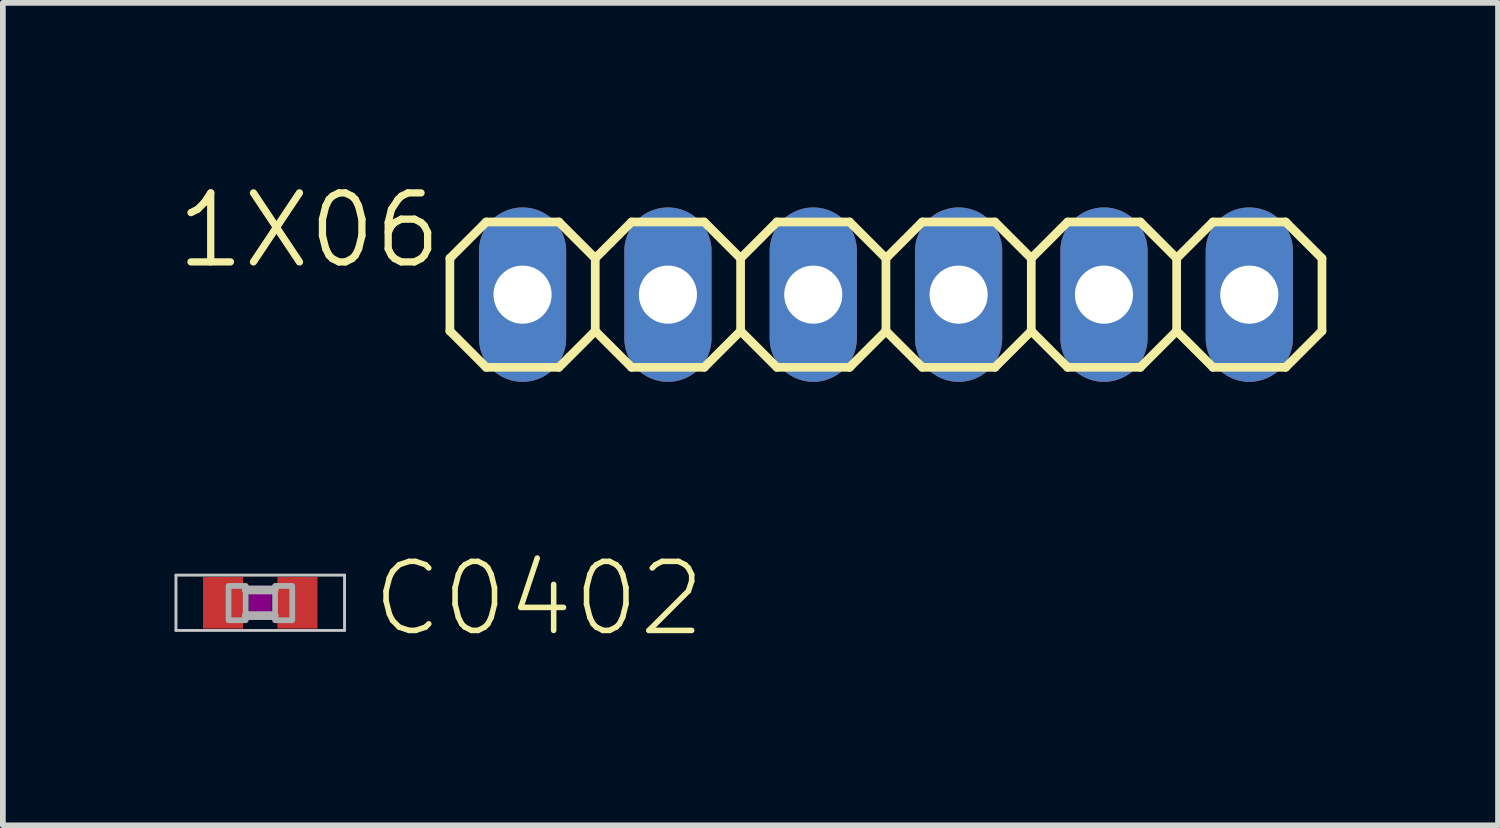
<source format=kicad_pcb>
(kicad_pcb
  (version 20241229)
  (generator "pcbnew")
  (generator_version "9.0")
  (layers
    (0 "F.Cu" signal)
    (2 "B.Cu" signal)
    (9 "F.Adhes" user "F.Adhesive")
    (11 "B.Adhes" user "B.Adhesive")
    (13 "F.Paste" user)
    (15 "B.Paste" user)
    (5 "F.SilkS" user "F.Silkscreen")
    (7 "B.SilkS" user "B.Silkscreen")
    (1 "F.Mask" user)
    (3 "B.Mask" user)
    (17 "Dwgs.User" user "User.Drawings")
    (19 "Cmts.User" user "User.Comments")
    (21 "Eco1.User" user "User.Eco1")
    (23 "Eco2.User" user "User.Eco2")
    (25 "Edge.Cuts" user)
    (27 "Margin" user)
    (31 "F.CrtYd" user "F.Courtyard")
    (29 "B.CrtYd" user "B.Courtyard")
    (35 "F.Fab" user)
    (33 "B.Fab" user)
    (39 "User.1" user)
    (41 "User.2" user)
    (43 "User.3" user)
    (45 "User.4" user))
  (footprint "C0402"
    (layer "F.Cu")
    (at 1.498 7.484)
    (property "Reference" "C0402" (at 1.905 0.635 0) (layer "F.SilkS") (effects (font (size 1.206 1.206) (thickness 0.097)) (justify left bottom)))
    (attr through_hole)
    (fp_poly (pts (xy -0.2 0.3) (xy 0.2 0.3) (xy 0.2 -0.3) (xy -0.2 -0.3)) (stroke (width 0) (type solid)) (fill yes) (layer "F.Adhes"))
    (fp_line (start -1.473 -0.483) (end 1.473 -0.483) (stroke (width 0.051) (type solid)) (layer "Dwgs.User"))
    (fp_line (start -1.473 0.483) (end -1.473 -0.483) (stroke (width 0.051) (type solid)) (layer "Dwgs.User"))
    (fp_line (start 1.473 -0.483) (end 1.473 0.483) (stroke (width 0.051) (type solid)) (layer "Dwgs.User"))
    (fp_line (start 1.473 0.483) (end -1.473 0.483) (stroke (width 0.051) (type solid)) (layer "Dwgs.User"))
    (fp_line (start -0.245 -0.224) (end 0.245 -0.224) (stroke (width 0.152) (type solid)) (layer "F.Fab"))
    (fp_line (start 0.245 0.224) (end -0.245 0.224) (stroke (width 0.152) (type solid)) (layer "F.Fab"))
    (fp_poly (pts (xy -0.554 0.305) (xy -0.254 0.305) (xy -0.254 -0.295) (xy -0.554 -0.295)) (stroke (width 0.1) (type solid)) (fill no) (layer "F.Fab"))
    (fp_poly (pts (xy 0.259 0.305) (xy 0.559 0.305) (xy 0.559 -0.295) (xy 0.259 -0.295)) (stroke (width 0.1) (type solid)) (fill no) (layer "F.Fab"))
    (pad "1" smd rect (at -0.65 0) (size 0.7 0.9) (layers "F.Cu" "F.Mask" "F.Paste"))
    (pad "2" smd rect (at 0.65 0) (size 0.7 0.9) (layers "F.Cu" "F.Mask" "F.Paste")))
  (footprint "1X06"
    (layer "F.Cu")
    (at 12.432 2.099)
    (property "Reference" "1X06" (at -7.696 -1.829 0) (layer "F.SilkS") (effects (font (size 1.206 1.206) (thickness 0.127)) (justify right top)))
    (attr through_hole)
    (fp_line (start -7.62 -0.635) (end -7.62 0.635) (stroke (width 0.152) (type solid)) (layer "F.SilkS"))
    (fp_line (start -7.62 0.635) (end -6.985 1.27) (stroke (width 0.152) (type solid)) (layer "F.SilkS"))
    (fp_line (start -6.985 -1.27) (end -7.62 -0.635) (stroke (width 0.152) (type solid)) (layer "F.SilkS"))
    (fp_line (start -6.985 -1.27) (end -5.715 -1.27) (stroke (width 0.152) (type solid)) (layer "F.SilkS"))
    (fp_line (start -5.715 -1.27) (end -5.08 -0.635) (stroke (width 0.152) (type solid)) (layer "F.SilkS"))
    (fp_line (start -5.715 1.27) (end -6.985 1.27) (stroke (width 0.152) (type solid)) (layer "F.SilkS"))
    (fp_line (start -5.08 -0.635) (end -5.08 0.635) (stroke (width 0.152) (type solid)) (layer "F.SilkS"))
    (fp_line (start -5.08 -0.635) (end -4.445 -1.27) (stroke (width 0.152) (type solid)) (layer "F.SilkS"))
    (fp_line (start -5.08 0.635) (end -5.715 1.27) (stroke (width 0.152) (type solid)) (layer "F.SilkS"))
    (fp_line (start -4.445 -1.27) (end -3.175 -1.27) (stroke (width 0.152) (type solid)) (layer "F.SilkS"))
    (fp_line (start -4.445 1.27) (end -5.08 0.635) (stroke (width 0.152) (type solid)) (layer "F.SilkS"))
    (fp_line (start -3.175 -1.27) (end -2.54 -0.635) (stroke (width 0.152) (type solid)) (layer "F.SilkS"))
    (fp_line (start -3.175 1.27) (end -4.445 1.27) (stroke (width 0.152) (type solid)) (layer "F.SilkS"))
    (fp_line (start -2.54 -0.635) (end -2.54 0.635) (stroke (width 0.152) (type solid)) (layer "F.SilkS"))
    (fp_line (start -2.54 -0.635) (end -1.905 -1.27) (stroke (width 0.152) (type solid)) (layer "F.SilkS"))
    (fp_line (start -2.54 0.635) (end -3.175 1.27) (stroke (width 0.152) (type solid)) (layer "F.SilkS"))
    (fp_line (start -1.905 -1.27) (end -0.635 -1.27) (stroke (width 0.152) (type solid)) (layer "F.SilkS"))
    (fp_line (start -1.905 1.27) (end -2.54 0.635) (stroke (width 0.152) (type solid)) (layer "F.SilkS"))
    (fp_line (start -0.635 -1.27) (end 0 -0.635) (stroke (width 0.152) (type solid)) (layer "F.SilkS"))
    (fp_line (start -0.635 1.27) (end -1.905 1.27) (stroke (width 0.152) (type solid)) (layer "F.SilkS"))
    (fp_line (start 0 -0.635) (end 0 0.635) (stroke (width 0.152) (type solid)) (layer "F.SilkS"))
    (fp_line (start 0 0.635) (end -0.635 1.27) (stroke (width 0.152) (type solid)) (layer "F.SilkS"))
    (fp_line (start 0 0.635) (end 0.635 1.27) (stroke (width 0.152) (type solid)) (layer "F.SilkS"))
    (fp_line (start 0.635 -1.27) (end 0 -0.635) (stroke (width 0.152) (type solid)) (layer "F.SilkS"))
    (fp_line (start 0.635 -1.27) (end 1.905 -1.27) (stroke (width 0.152) (type solid)) (layer "F.SilkS"))
    (fp_line (start 1.905 -1.27) (end 2.54 -0.635) (stroke (width 0.152) (type solid)) (layer "F.SilkS"))
    (fp_line (start 1.905 1.27) (end 0.635 1.27) (stroke (width 0.152) (type solid)) (layer "F.SilkS"))
    (fp_line (start 2.54 -0.635) (end 2.54 0.635) (stroke (width 0.152) (type solid)) (layer "F.SilkS"))
    (fp_line (start 2.54 -0.635) (end 3.175 -1.27) (stroke (width 0.152) (type solid)) (layer "F.SilkS"))
    (fp_line (start 2.54 0.635) (end 1.905 1.27) (stroke (width 0.152) (type solid)) (layer "F.SilkS"))
    (fp_line (start 3.175 -1.27) (end 4.445 -1.27) (stroke (width 0.152) (type solid)) (layer "F.SilkS"))
    (fp_line (start 3.175 1.27) (end 2.54 0.635) (stroke (width 0.152) (type solid)) (layer "F.SilkS"))
    (fp_line (start 4.445 -1.27) (end 5.08 -0.635) (stroke (width 0.152) (type solid)) (layer "F.SilkS"))
    (fp_line (start 4.445 1.27) (end 3.175 1.27) (stroke (width 0.152) (type solid)) (layer "F.SilkS"))
    (fp_line (start 5.08 -0.635) (end 5.08 0.635) (stroke (width 0.152) (type solid)) (layer "F.SilkS"))
    (fp_line (start 5.08 0.635) (end 4.445 1.27) (stroke (width 0.152) (type solid)) (layer "F.SilkS"))
    (fp_line (start 5.08 0.635) (end 5.715 1.27) (stroke (width 0.152) (type solid)) (layer "F.SilkS"))
    (fp_line (start 5.715 -1.27) (end 5.08 -0.635) (stroke (width 0.152) (type solid)) (layer "F.SilkS"))
    (fp_line (start 5.715 -1.27) (end 6.985 -1.27) (stroke (width 0.152) (type solid)) (layer "F.SilkS"))
    (fp_line (start 6.985 -1.27) (end 7.62 -0.635) (stroke (width 0.152) (type solid)) (layer "F.SilkS"))
    (fp_line (start 6.985 1.27) (end 5.715 1.27) (stroke (width 0.152) (type solid)) (layer "F.SilkS"))
    (fp_line (start 7.62 -0.635) (end 7.62 0.635) (stroke (width 0.152) (type solid)) (layer "F.SilkS"))
    (fp_line (start 7.62 0.635) (end 6.985 1.27) (stroke (width 0.152) (type solid)) (layer "F.SilkS"))
    (fp_poly (pts (xy -6.604 0.254) (xy -6.096 0.254) (xy -6.096 -0.254) (xy -6.604 -0.254)) (stroke (width 0.1) (type solid)) (fill no) (layer "F.Fab"))
    (fp_poly (pts (xy -4.064 0.254) (xy -3.556 0.254) (xy -3.556 -0.254) (xy -4.064 -0.254)) (stroke (width 0.1) (type solid)) (fill no) (layer "F.Fab"))
    (fp_poly (pts (xy -1.524 0.254) (xy -1.016 0.254) (xy -1.016 -0.254) (xy -1.524 -0.254)) (stroke (width 0.1) (type solid)) (fill no) (layer "F.Fab"))
    (fp_poly (pts (xy 1.016 0.254) (xy 1.524 0.254) (xy 1.524 -0.254) (xy 1.016 -0.254)) (stroke (width 0.1) (type solid)) (fill no) (layer "F.Fab"))
    (fp_poly (pts (xy 3.556 0.254) (xy 4.064 0.254) (xy 4.064 -0.254) (xy 3.556 -0.254)) (stroke (width 0.1) (type solid)) (fill no) (layer "F.Fab"))
    (fp_poly (pts (xy 6.096 0.254) (xy 6.604 0.254) (xy 6.604 -0.254) (xy 6.096 -0.254)) (stroke (width 0.1) (type solid)) (fill no) (layer "F.Fab"))
    (pad "1" thru_hole oval (at -6.35 0 90) (size 3.048 1.524) (drill 1.016) (layers "*.Cu" "*.Mask"))
    (pad "2" thru_hole oval (at -3.81 0 90) (size 3.048 1.524) (drill 1.016) (layers "*.Cu" "*.Mask"))
    (pad "3" thru_hole oval (at -1.27 0 90) (size 3.048 1.524) (drill 1.016) (layers "*.Cu" "*.Mask"))
    (pad "4" thru_hole oval (at 1.27 0 90) (size 3.048 1.524) (drill 1.016) (layers "*.Cu" "*.Mask"))
    (pad "5" thru_hole oval (at 3.81 0 90) (size 3.048 1.524) (drill 1.016) (layers "*.Cu" "*.Mask"))
    (pad "6" thru_hole oval (at 6.35 0 90) (size 3.048 1.524) (drill 1.016) (layers "*.Cu" "*.Mask")))
  (gr_rect
    (start -3 -3)
    (end 23.128 11.373)
    (stroke (width 0.1) (type default))
    (fill no)
    (layer "Edge.Cuts")))
</source>
